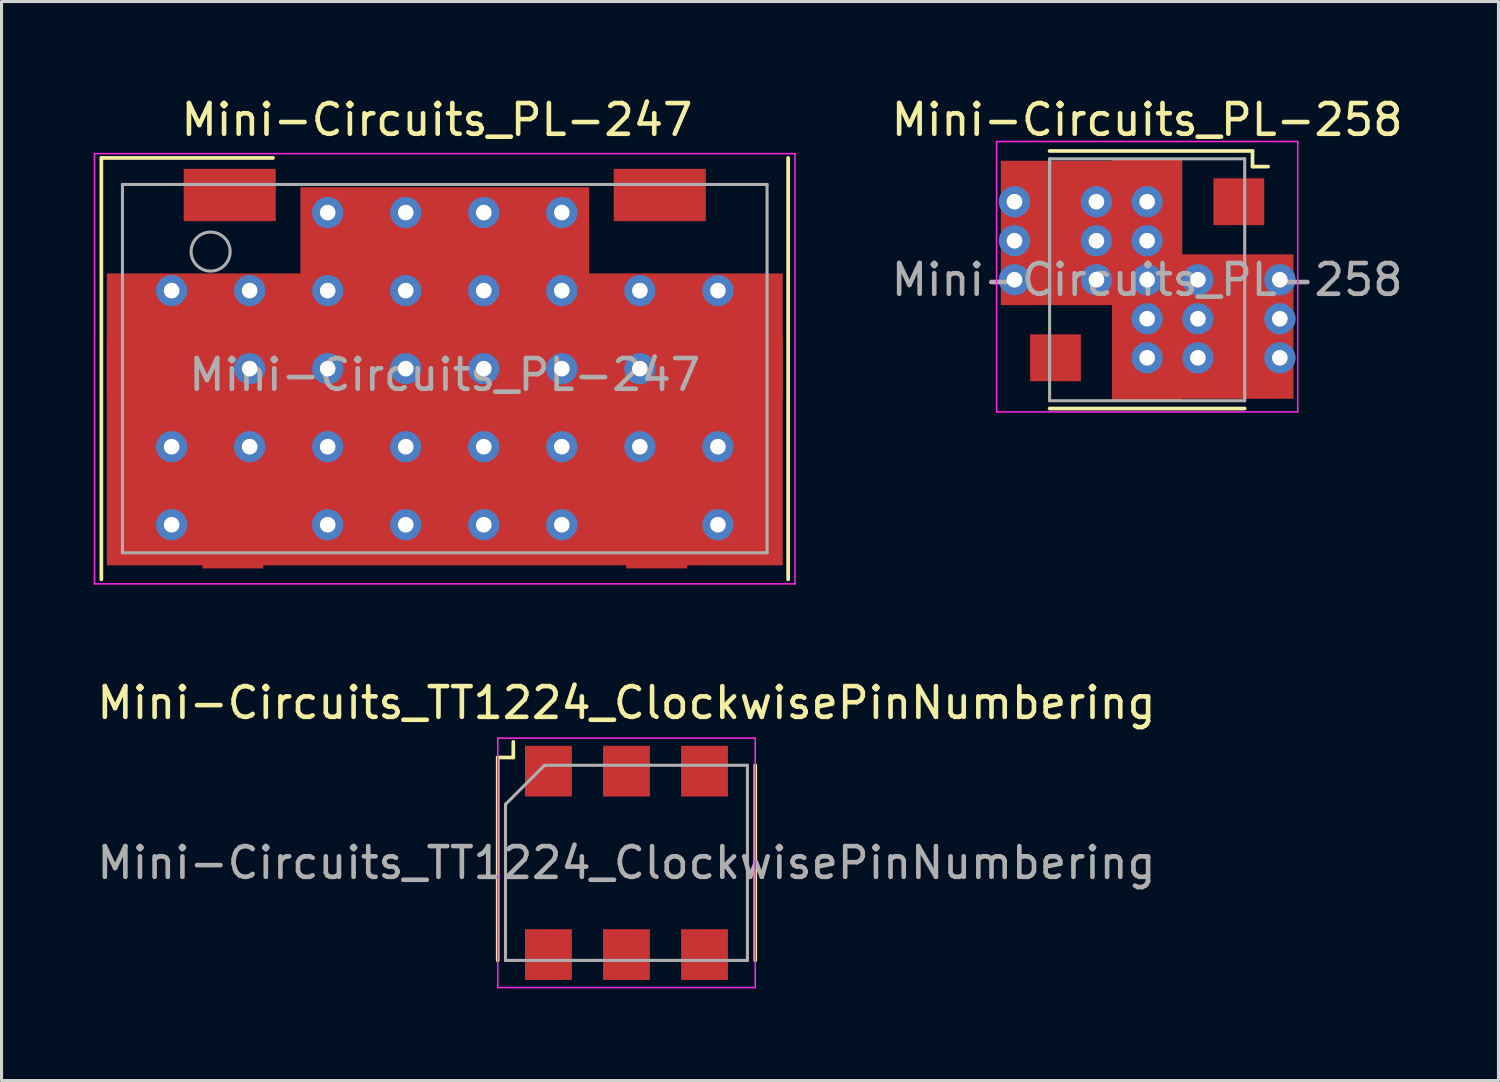
<source format=kicad_pcb>
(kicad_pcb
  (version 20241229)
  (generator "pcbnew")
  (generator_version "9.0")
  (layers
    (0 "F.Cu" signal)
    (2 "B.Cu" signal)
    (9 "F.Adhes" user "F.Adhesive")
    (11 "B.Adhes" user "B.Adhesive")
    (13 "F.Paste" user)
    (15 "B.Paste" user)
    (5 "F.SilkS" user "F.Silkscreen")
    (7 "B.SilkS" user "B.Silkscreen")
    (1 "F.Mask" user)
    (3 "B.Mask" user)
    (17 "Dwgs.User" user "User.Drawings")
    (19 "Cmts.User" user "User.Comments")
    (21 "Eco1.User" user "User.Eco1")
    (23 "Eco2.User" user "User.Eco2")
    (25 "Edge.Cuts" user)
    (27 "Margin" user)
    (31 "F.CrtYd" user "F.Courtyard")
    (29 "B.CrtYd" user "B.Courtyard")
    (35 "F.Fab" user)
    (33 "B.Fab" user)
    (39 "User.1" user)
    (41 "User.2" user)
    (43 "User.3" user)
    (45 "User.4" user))
  (footprint "Mini-Circuits_PL-258"
    (layer "F.Cu")
    (at 34.285 6.055)
    (property "Reference" "Mini-Circuits_PL-258" (at 0 -5.207 0) (layer "F.SilkS") (effects (font (size 1 1) (thickness 0.15))))
    (attr smd)
    (fp_line (start -3.175 -4.191) (end 3.429 -4.191) (stroke (width 0.12) (type solid)) (layer "F.SilkS"))
    (fp_line (start 3.175 4.191) (end -3.175 4.191) (stroke (width 0.12) (type solid)) (layer "F.SilkS"))
    (fp_line (start 3.429 -4.191) (end 3.429 -3.683) (stroke (width 0.12) (type solid)) (layer "F.SilkS"))
    (fp_line (start 3.429 -3.683) (end 3.937 -3.683) (stroke (width 0.12) (type solid)) (layer "F.SilkS"))
    (fp_line (start -4.9 -4.5) (end 4.9 -4.5) (stroke (width 0.05) (type solid)) (layer "F.CrtYd"))
    (fp_line (start -4.9 4.3) (end -4.9 -4.5) (stroke (width 0.05) (type solid)) (layer "F.CrtYd"))
    (fp_line (start 4.9 -4.5) (end 4.9 4.3) (stroke (width 0.05) (type solid)) (layer "F.CrtYd"))
    (fp_line (start 4.9 4.3) (end -4.9 4.3) (stroke (width 0.05) (type solid)) (layer "F.CrtYd"))
    (fp_line (start -3.175 -3.937) (end 3.175 -3.937) (stroke (width 0.1) (type solid)) (layer "F.Fab"))
    (fp_line (start -3.175 3.937) (end -3.175 -3.937) (stroke (width 0.1) (type solid)) (layer "F.Fab"))
    (fp_line (start -3.175 3.937) (end 3.175 3.937) (stroke (width 0.1) (type solid)) (layer "F.Fab"))
    (fp_line (start 3.175 -3.937) (end 3.175 3.937) (stroke (width 0.1) (type solid)) (layer "F.Fab"))
    (fp_text user "${REFERENCE}" (at 0 0 0) (layer "F.Fab") (effects (font (size 1 1) (thickness 0.15))))
    (pad "1" smd rect (at 3.81 -2.54 180) (size 1.651 1.524) (drill (offset 0.826 0)) (layers "F.Cu" "F.Mask" "F.Paste"))
    (pad "2" thru_hole circle (at -4.318 -2.54) (size 1.016 1.016) (drill 0.508) (layers "*.Cu"))
    (pad "2" thru_hole circle (at -4.318 -1.27) (size 1.016 1.016) (drill 0.508) (layers "*.Cu"))
    (pad "2" thru_hole circle (at -4.318 0) (size 1.016 1.016) (drill 0.508) (layers "*.Cu"))
    (pad "2" smd rect (at -2.921 -1.524) (size 3.683 4.699) (layers "F.Cu"))
    (pad "2" thru_hole circle (at -1.651 -2.54) (size 1.016 1.016) (drill 0.508) (layers "*.Cu"))
    (pad "2" thru_hole circle (at -1.651 -1.27) (size 1.016 1.016) (drill 0.508) (layers "*.Cu"))
    (pad "2" thru_hole circle (at -1.651 0) (size 1.016 1.016) (drill 0.508) (layers "*.Cu"))
    (pad "2" thru_hole circle (at 0 -2.54) (size 1.016 1.016) (drill 0.508) (layers "*.Cu"))
    (pad "2" thru_hole circle (at 0 -1.27) (size 1.016 1.016) (drill 0.508) (layers "*.Cu"))
    (pad "2" thru_hole circle (at 0 0) (size 1.016 1.016) (drill 0.508) (layers "*.Cu"))
    (pad "2" smd rect (at 0 0) (size 2.286 7.874) (layers "F.Cu"))
    (pad "2" thru_hole circle (at 0 1.27) (size 1.016 1.016) (drill 0.508) (layers "*.Cu"))
    (pad "2" thru_hole circle (at 0 2.54) (size 1.016 1.016) (drill 0.508) (layers "*.Cu"))
    (pad "2" thru_hole circle (at 1.651 0) (size 1.016 1.016) (drill 0.508) (layers "*.Cu"))
    (pad "2" thru_hole circle (at 1.651 1.27) (size 1.016 1.016) (drill 0.508) (layers "*.Cu"))
    (pad "2" thru_hole circle (at 1.651 2.54) (size 1.016 1.016) (drill 0.508) (layers "*.Cu"))
    (pad "2" smd rect (at 2.921 1.524) (size 3.683 4.699) (layers "F.Cu"))
    (pad "2" smd rect (at 3.81 0 180) (size 1.651 1.524) (drill (offset 0.826 0)) (layers "F.Cu" "F.Mask" "F.Paste"))
    (pad "2" thru_hole circle (at 4.318 0) (size 1.016 1.016) (drill 0.508) (layers "*.Cu"))
    (pad "2" thru_hole circle (at 4.318 1.27) (size 1.016 1.016) (drill 0.508) (layers "*.Cu"))
    (pad "2" thru_hole circle (at 4.318 2.54) (size 1.016 1.016) (drill 0.508) (layers "*.Cu"))
    (pad "3" smd rect (at 3.81 2.54 180) (size 1.651 1.524) (drill (offset 0.826 0)) (layers "F.Cu" "F.Mask" "F.Paste"))
    (pad "4" smd rect (at -3.81 2.54) (size 1.651 1.524) (drill (offset 0.826 0)) (layers "F.Cu" "F.Mask" "F.Paste"))
    (pad "5" smd rect (at -3.81 0) (size 1.651 1.524) (drill (offset 0.826 0)) (layers "F.Cu" "F.Mask" "F.Paste"))
    (pad "6" smd rect (at -3.81 -2.54) (size 1.651 1.524) (drill (offset 0.826 0)) (layers "F.Cu" "F.Mask" "F.Paste")))
  (footprint "Mini-Circuits_TT1224_ClockwisePinNumbering"
    (layer "F.Cu")
    (at 17.339 25.032)
    (property "Reference" "Mini-Circuits_TT1224_ClockwisePinNumbering" (at 0 -5.207 0) (layer "F.SilkS") (effects (font (size 1 1) (thickness 0.15))))
    (attr smd)
    (fp_line (start -4.191 -3.429) (end -3.683 -3.429) (stroke (width 0.12) (type solid)) (layer "F.SilkS"))
    (fp_line (start -4.191 3.175) (end -4.191 -3.429) (stroke (width 0.12) (type solid)) (layer "F.SilkS"))
    (fp_line (start -3.683 -3.429) (end -3.683 -3.937) (stroke (width 0.12) (type solid)) (layer "F.SilkS"))
    (fp_line (start 4.191 -3.175) (end 4.191 3.175) (stroke (width 0.12) (type solid)) (layer "F.SilkS"))
    (fp_line (start -4.19 -4.06) (end -4.19 4.06) (stroke (width 0.05) (type solid)) (layer "F.CrtYd"))
    (fp_line (start -4.19 -4.06) (end 4.19 -4.06) (stroke (width 0.05) (type solid)) (layer "F.CrtYd"))
    (fp_line (start 4.19 4.06) (end -4.19 4.06) (stroke (width 0.05) (type solid)) (layer "F.CrtYd"))
    (fp_line (start 4.19 4.06) (end 4.19 -4.06) (stroke (width 0.05) (type solid)) (layer "F.CrtYd"))
    (fp_line (start -3.937 3.175) (end -3.937 -1.905) (stroke (width 0.1) (type solid)) (layer "F.Fab"))
    (fp_line (start -2.667 -3.175) (end -3.937 -1.905) (stroke (width 0.1) (type solid)) (layer "F.Fab"))
    (fp_line (start -2.667 -3.175) (end 3.937 -3.175) (stroke (width 0.1) (type solid)) (layer "F.Fab"))
    (fp_line (start 3.937 3.175) (end -3.937 3.175) (stroke (width 0.1) (type solid)) (layer "F.Fab"))
    (fp_line (start 3.937 3.175) (end 3.937 -3.175) (stroke (width 0.1) (type solid)) (layer "F.Fab"))
    (fp_text user "${REFERENCE}" (at 0 0 180) (layer "F.Fab") (effects (font (size 1 1) (thickness 0.15))))
    (pad "1" smd rect (at -2.54 -2.985 270) (size 1.651 1.524) (layers "F.Cu" "F.Mask" "F.Paste"))
    (pad "2" smd rect (at 0 -2.985 270) (size 1.651 1.524) (layers "F.Cu" "F.Mask" "F.Paste"))
    (pad "3" smd rect (at 2.54 -2.985 270) (size 1.651 1.524) (layers "F.Cu" "F.Mask" "F.Paste"))
    (pad "4" smd rect (at 2.54 2.985 90) (size 1.651 1.524) (layers "F.Cu" "F.Mask" "F.Paste"))
    (pad "5" smd rect (at 0 2.985 90) (size 1.651 1.524) (layers "F.Cu" "F.Mask" "F.Paste"))
    (pad "6" smd rect (at -2.54 2.985 90) (size 1.651 1.524) (layers "F.Cu" "F.Mask" "F.Paste")))
  (footprint "Mini-Circuits_PL-247"
    (layer "F.Cu")
    (at 11.425 9.151)
    (property "Reference" "Mini-Circuits_PL-247" (at -0.254 -8.303 0) (layer "F.SilkS") (effects (font (size 1 1) (thickness 0.15))))
    (attr smd)
    (fp_line (start -11.176 -7.061) (end -11.176 6.655) (stroke (width 0.12) (type solid)) (layer "F.SilkS"))
    (fp_line (start -5.588 -7.061) (end -11.176 -7.061) (stroke (width 0.12) (type solid)) (layer "F.SilkS"))
    (fp_line (start 11.176 -7.061) (end 11.176 6.655) (stroke (width 0.12) (type solid)) (layer "F.SilkS"))
    (fp_line (start -11.4 -7.2) (end 11.4 -7.2) (stroke (width 0.05) (type solid)) (layer "F.CrtYd"))
    (fp_line (start -11.4 6.8) (end -11.4 -7.2) (stroke (width 0.05) (type solid)) (layer "F.CrtYd"))
    (fp_line (start 11.4 -7.2) (end 11.4 6.8) (stroke (width 0.05) (type solid)) (layer "F.CrtYd"))
    (fp_line (start 11.4 6.8) (end -11.4 6.8) (stroke (width 0.05) (type solid)) (layer "F.CrtYd"))
    (fp_line (start -10.49 -6.198) (end 10.49 -6.198) (stroke (width 0.1) (type solid)) (layer "F.Fab"))
    (fp_line (start -10.49 5.791) (end -10.49 -6.198) (stroke (width 0.1) (type solid)) (layer "F.Fab"))
    (fp_line (start 10.49 -6.198) (end 10.49 5.791) (stroke (width 0.1) (type solid)) (layer "F.Fab"))
    (fp_line (start 10.49 5.791) (end -10.49 5.791) (stroke (width 0.1) (type solid)) (layer "F.Fab"))
    (fp_circle (center -7.62 -4.013) (end -6.985 -4.013) (stroke (width 0.1) (type solid)) (fill no) (layer "F.Fab"))
    (fp_text user "${REFERENCE}" (at 0 -0.003 0) (layer "F.Fab") (effects (font (size 1 1) (thickness 0.15))))
    (pad "1" smd rect (at -6.998 -6.706) (size 2.997 1.702) (drill (offset 0 0.851)) (layers "F.Cu" "F.Mask" "F.Paste"))
    (pad "2" smd rect (at 6.998 -6.706) (size 2.997 1.702) (drill (offset 0 0.851)) (layers "F.Cu" "F.Mask" "F.Paste"))
    (pad "3" thru_hole circle (at -8.89 -2.743) (size 1.016 1.016) (drill 0.508) (layers "*.Cu"))
    (pad "3" thru_hole circle (at -8.89 2.337) (size 1.016 1.016) (drill 0.508) (layers "*.Cu"))
    (pad "3" thru_hole circle (at -8.89 4.877) (size 1.016 1.016) (drill 0.508) (layers "*.Cu"))
    (pad "3" thru_hole circle (at -6.35 -2.743) (size 1.016 1.016) (drill 0.508) (layers "*.Cu"))
    (pad "3" thru_hole circle (at -6.35 -0.203) (size 1.016 1.016) (drill 0.508) (layers "*.Cu"))
    (pad "3" thru_hole circle (at -6.35 2.337) (size 1.016 1.016) (drill 0.508) (layers "*.Cu"))
    (pad "3" thru_hole circle (at -3.81 -5.283) (size 1.016 1.016) (drill 0.508) (layers "*.Cu"))
    (pad "3" thru_hole circle (at -3.81 -2.743) (size 1.016 1.016) (drill 0.508) (layers "*.Cu"))
    (pad "3" thru_hole circle (at -3.81 -0.203) (size 1.016 1.016) (drill 0.508) (layers "*.Cu"))
    (pad "3" thru_hole circle (at -3.81 2.337) (size 1.016 1.016) (drill 0.508) (layers "*.Cu"))
    (pad "3" thru_hole circle (at -3.81 4.877) (size 1.016 1.016) (drill 0.508) (layers "*.Cu"))
    (pad "3" thru_hole circle (at -1.27 -5.283) (size 1.016 1.016) (drill 0.508) (layers "*.Cu"))
    (pad "3" thru_hole circle (at -1.27 -2.743) (size 1.016 1.016) (drill 0.508) (layers "*.Cu"))
    (pad "3" thru_hole circle (at -1.27 -0.203) (size 1.016 1.016) (drill 0.508) (layers "*.Cu"))
    (pad "3" thru_hole circle (at -1.27 2.337) (size 1.016 1.016) (drill 0.508) (layers "*.Cu"))
    (pad "3" thru_hole circle (at -1.27 4.877) (size 1.016 1.016) (drill 0.508) (layers "*.Cu"))
    (pad "3" smd rect (at 0 -4.648) (size 9.398 2.921) (layers "F.Cu"))
    (pad "3" smd rect (at 0 1.448) (size 21.996 9.5) (layers "F.Cu"))
    (pad "3" thru_hole circle (at 1.27 -5.283) (size 1.016 1.016) (drill 0.508) (layers "*.Cu"))
    (pad "3" thru_hole circle (at 1.27 -2.743) (size 1.016 1.016) (drill 0.508) (layers "*.Cu"))
    (pad "3" thru_hole circle (at 1.27 -0.203) (size 1.016 1.016) (drill 0.508) (layers "*.Cu"))
    (pad "3" thru_hole circle (at 1.27 2.337) (size 1.016 1.016) (drill 0.508) (layers "*.Cu"))
    (pad "3" thru_hole circle (at 1.27 4.877) (size 1.016 1.016) (drill 0.508) (layers "*.Cu"))
    (pad "3" thru_hole circle (at 3.81 -5.283) (size 1.016 1.016) (drill 0.508) (layers "*.Cu"))
    (pad "3" thru_hole circle (at 3.81 -2.743) (size 1.016 1.016) (drill 0.508) (layers "*.Cu"))
    (pad "3" thru_hole circle (at 3.81 -0.203) (size 1.016 1.016) (drill 0.508) (layers "*.Cu"))
    (pad "3" thru_hole circle (at 3.81 2.337) (size 1.016 1.016) (drill 0.508) (layers "*.Cu"))
    (pad "3" thru_hole circle (at 3.81 4.877) (size 1.016 1.016) (drill 0.508) (layers "*.Cu"))
    (pad "3" thru_hole circle (at 6.35 -2.743) (size 1.016 1.016) (drill 0.508) (layers "*.Cu"))
    (pad "3" thru_hole circle (at 6.35 -0.203) (size 1.016 1.016) (drill 0.508) (layers "*.Cu"))
    (pad "3" thru_hole circle (at 6.35 2.337) (size 1.016 1.016) (drill 0.508) (layers "*.Cu"))
    (pad "3" thru_hole circle (at 8.89 -2.743) (size 1.016 1.016) (drill 0.508) (layers "*.Cu"))
    (pad "3" thru_hole circle (at 8.89 2.337) (size 1.016 1.016) (drill 0.508) (layers "*.Cu"))
    (pad "3" thru_hole circle (at 8.89 4.877) (size 1.016 1.016) (drill 0.508) (layers "*.Cu"))
    (pad "3" smd rect (at 10.998 -0.203) (size 2.438 1.981) (drill (offset -1.219 0)) (layers "F.Cu" "F.Mask" "F.Paste"))
    (pad "4" smd rect (at 6.896 6.299) (size 1.981 2.489) (drill (offset 0 -1.245)) (layers "F.Cu" "F.Mask" "F.Paste"))
    (pad "5" smd rect (at -6.896 6.299) (size 1.981 2.489) (drill (offset 0 -1.245)) (layers "F.Cu" "F.Mask" "F.Paste"))
    (pad "6" smd rect (at -10.998 -0.203) (size 2.438 1.981) (drill (offset 1.219 0)) (layers "F.Cu" "F.Mask" "F.Paste")))
  (gr_rect
    (start -3 -3)
    (end 45.719 32.117)
    (stroke (width 0.1) (type default))
    (fill no)
    (layer "Edge.Cuts")))
</source>
